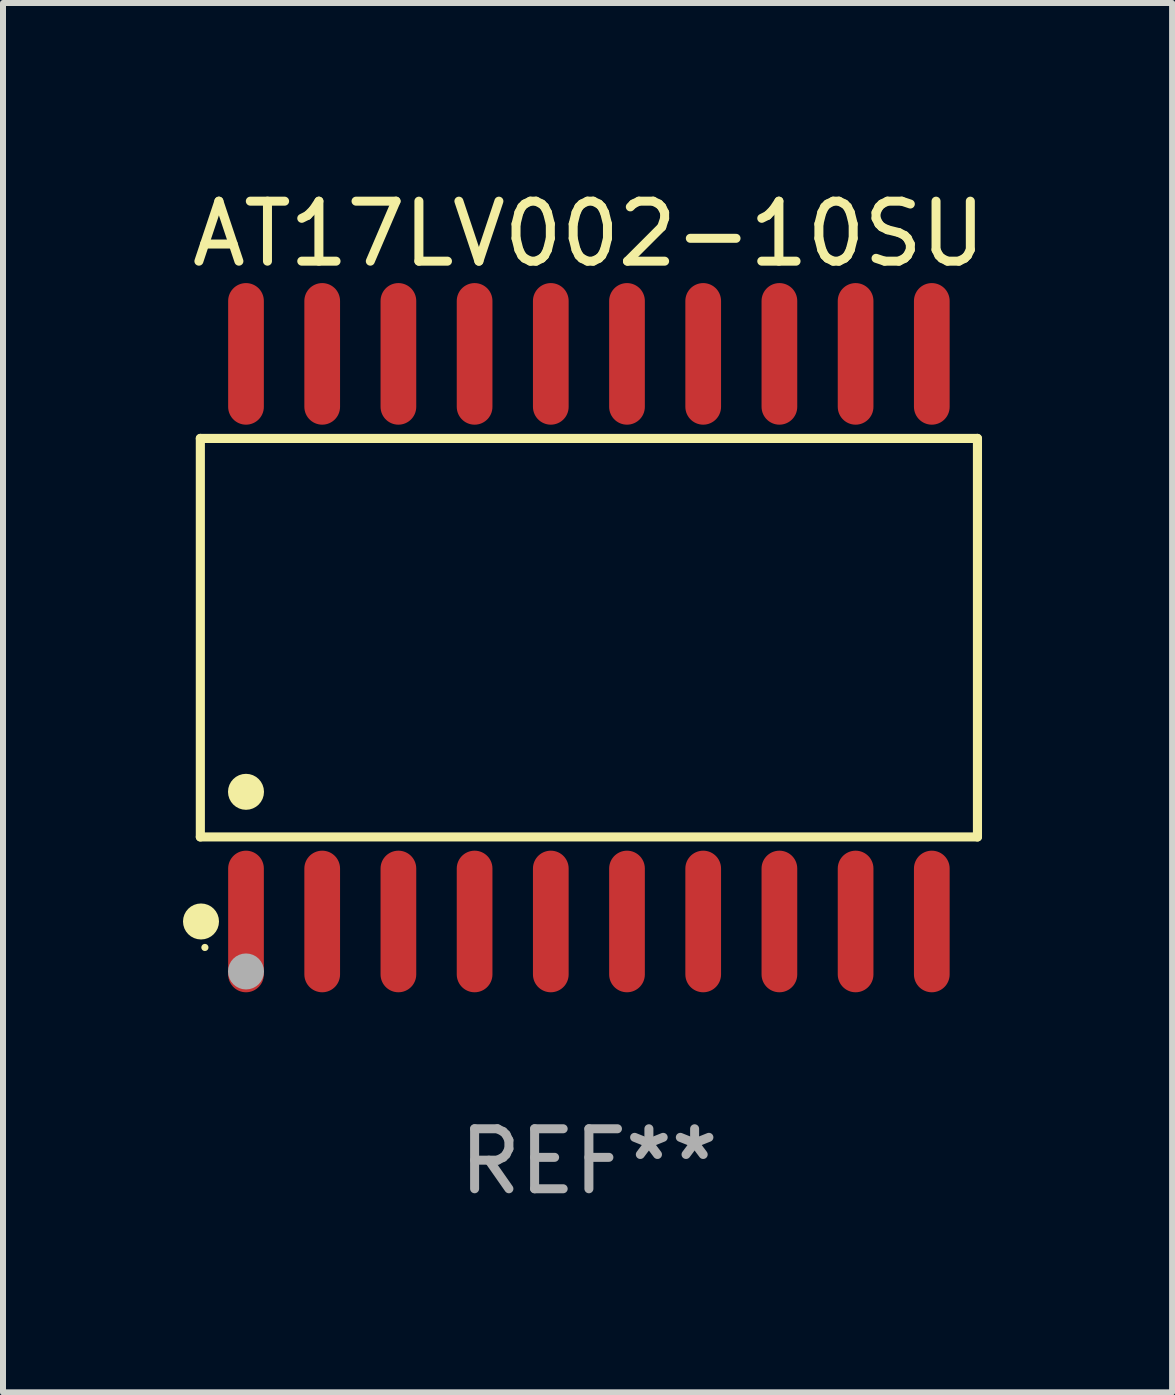
<source format=kicad_pcb>
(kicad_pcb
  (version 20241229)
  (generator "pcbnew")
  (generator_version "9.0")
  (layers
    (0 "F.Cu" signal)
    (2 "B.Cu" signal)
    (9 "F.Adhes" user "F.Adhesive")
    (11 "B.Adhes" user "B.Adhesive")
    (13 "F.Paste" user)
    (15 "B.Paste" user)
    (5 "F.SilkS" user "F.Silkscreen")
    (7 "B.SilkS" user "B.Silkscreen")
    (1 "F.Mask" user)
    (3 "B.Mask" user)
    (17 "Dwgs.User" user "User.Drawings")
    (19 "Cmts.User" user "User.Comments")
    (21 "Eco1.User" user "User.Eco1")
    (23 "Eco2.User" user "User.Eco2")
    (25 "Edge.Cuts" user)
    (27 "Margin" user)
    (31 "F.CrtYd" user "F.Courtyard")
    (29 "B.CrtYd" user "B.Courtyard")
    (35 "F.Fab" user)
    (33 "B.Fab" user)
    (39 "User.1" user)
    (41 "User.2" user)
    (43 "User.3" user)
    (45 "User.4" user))
  (footprint "AT17LV002-10SU"
    (layer "F.Cu")
    (at 6.765 7.578)
    (property "Reference" "AT17LV002-10SU" (at 0 -6.73 0) (layer "F.SilkS") (effects (font (size 1 1) (thickness 0.15))))
    (attr through_hole)
    (fp_line (start -6.476 -3.321) (end 6.476 -3.321) (stroke (width 0.152) (type solid)) (layer "F.SilkS"))
    (fp_line (start -6.476 3.321) (end -6.476 -3.321) (stroke (width 0.152) (type solid)) (layer "F.SilkS"))
    (fp_line (start 6.476 -3.321) (end 6.476 3.321) (stroke (width 0.152) (type solid)) (layer "F.SilkS"))
    (fp_line (start 6.476 3.321) (end -6.476 3.321) (stroke (width 0.152) (type solid)) (layer "F.SilkS"))
    (fp_circle (center -6.465 4.73) (end -6.315 4.73) (stroke (width 0.3) (type solid)) (fill no) (layer "F.SilkS"))
    (fp_circle (center -6.4 5.163) (end -6.37 5.163) (stroke (width 0.06) (type solid)) (fill no) (layer "F.SilkS"))
    (fp_circle (center -5.715 2.569) (end -5.565 2.569) (stroke (width 0.3) (type solid)) (fill no) (layer "F.SilkS"))
    (fp_circle (center -5.715 5.563) (end -5.565 5.563) (stroke (width 0.3) (type solid)) (fill no) (layer "F.Fab"))
    (fp_text user "REF**" (at 0 8.73 0) (layer "F.Fab") (effects (font (size 1 1) (thickness 0.15))))
    (pad "1" smd oval (at -5.715 4.73) (size 0.595 2.36) (layers "F.Cu" "F.Mask" "F.Paste"))
    (pad "2" smd oval (at -4.445 4.73) (size 0.595 2.36) (layers "F.Cu" "F.Mask" "F.Paste"))
    (pad "3" smd oval (at -3.175 4.73) (size 0.595 2.36) (layers "F.Cu" "F.Mask" "F.Paste"))
    (pad "4" smd oval (at -1.905 4.73) (size 0.595 2.36) (layers "F.Cu" "F.Mask" "F.Paste"))
    (pad "5" smd oval (at -0.635 4.73) (size 0.595 2.36) (layers "F.Cu" "F.Mask" "F.Paste"))
    (pad "6" smd oval (at 0.635 4.73) (size 0.595 2.36) (layers "F.Cu" "F.Mask" "F.Paste"))
    (pad "7" smd oval (at 1.905 4.73) (size 0.595 2.36) (layers "F.Cu" "F.Mask" "F.Paste"))
    (pad "8" smd oval (at 3.175 4.73) (size 0.595 2.36) (layers "F.Cu" "F.Mask" "F.Paste"))
    (pad "9" smd oval (at 4.445 4.73) (size 0.595 2.36) (layers "F.Cu" "F.Mask" "F.Paste"))
    (pad "10" smd oval (at 5.715 4.73) (size 0.595 2.36) (layers "F.Cu" "F.Mask" "F.Paste"))
    (pad "11" smd oval (at 5.715 -4.73) (size 0.595 2.36) (layers "F.Cu" "F.Mask" "F.Paste"))
    (pad "12" smd oval (at 4.445 -4.73) (size 0.595 2.36) (layers "F.Cu" "F.Mask" "F.Paste"))
    (pad "13" smd oval (at 3.175 -4.73) (size 0.595 2.36) (layers "F.Cu" "F.Mask" "F.Paste"))
    (pad "14" smd oval (at 1.905 -4.73) (size 0.595 2.36) (layers "F.Cu" "F.Mask" "F.Paste"))
    (pad "15" smd oval (at 0.635 -4.73) (size 0.595 2.36) (layers "F.Cu" "F.Mask" "F.Paste"))
    (pad "16" smd oval (at -0.635 -4.73) (size 0.595 2.36) (layers "F.Cu" "F.Mask" "F.Paste"))
    (pad "17" smd oval (at -1.905 -4.73) (size 0.595 2.36) (layers "F.Cu" "F.Mask" "F.Paste"))
    (pad "18" smd oval (at -3.175 -4.73) (size 0.595 2.36) (layers "F.Cu" "F.Mask" "F.Paste"))
    (pad "19" smd oval (at -4.445 -4.73) (size 0.595 2.36) (layers "F.Cu" "F.Mask" "F.Paste"))
    (pad "20" smd oval (at -5.715 -4.73) (size 0.595 2.36) (layers "F.Cu" "F.Mask" "F.Paste")))
  (gr_rect
    (start -3 -3)
    (end 16.485 20.156)
    (stroke (width 0.1) (type default))
    (fill no)
    (layer "Edge.Cuts")))
</source>
